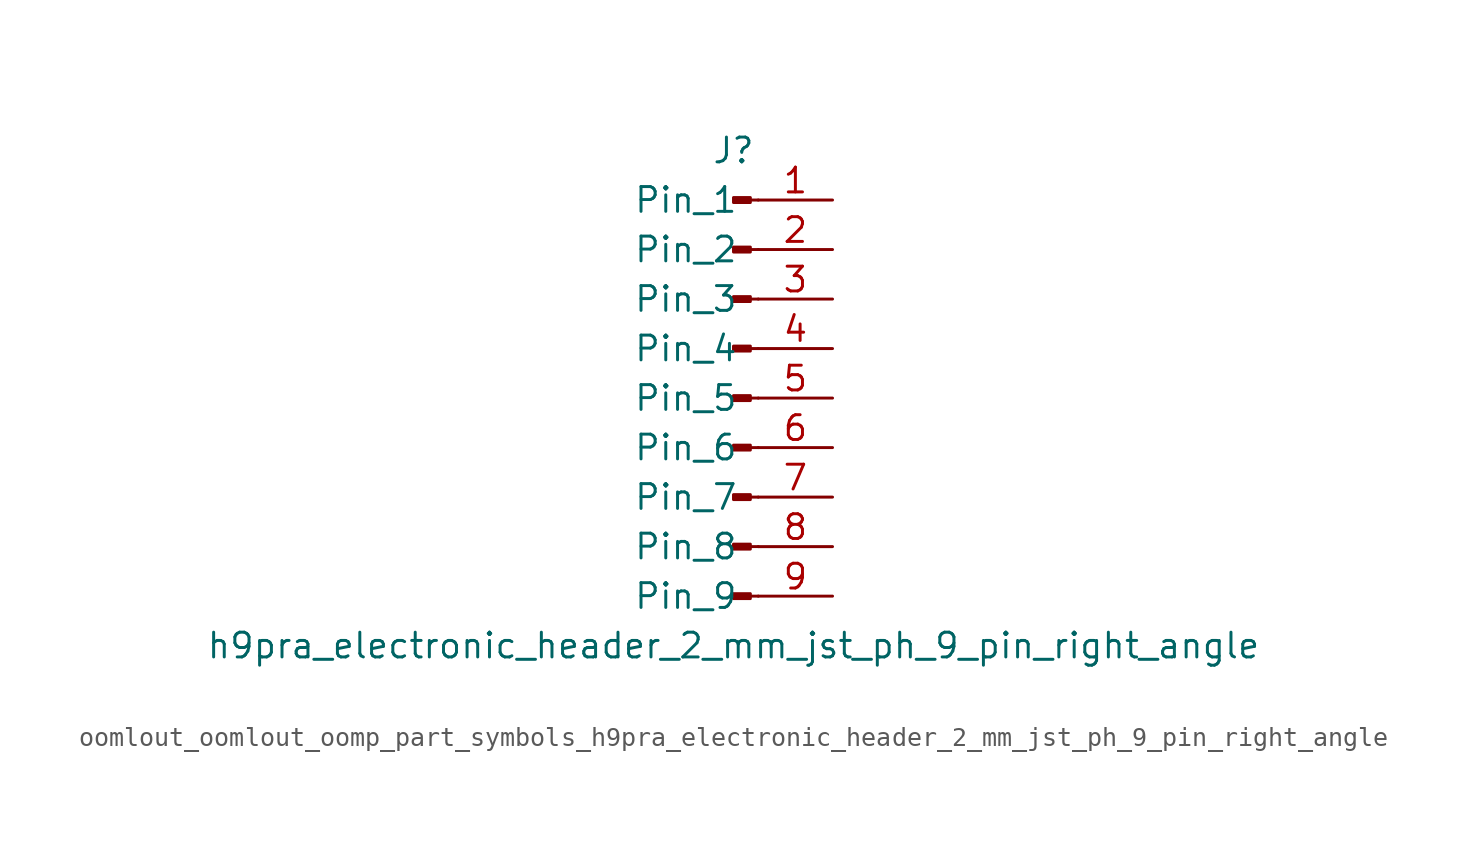
<source format=kicad_sym>
(kicad_symbol_lib
  (version 20220914)
  (generator kicad_symbol_editor)
  (symbol "oomlout_oomlout_oomp_part_symbols_h9pra_electronic_header_2_mm_jst_ph_9_pin_right_angle"
    (pin_names
      (offset 1.016))
    (property "Reference" "J"
      (at 0 12.7 0)
      (effects (font (size 1.27 1.27))))
    (property "Value" "h9pra_electronic_header_2_mm_jst_ph_9_pin_right_angle"
      (at 0 -12.7 0)
      (effects (font (size 1.27 1.27))))
    (property "ki_locked" ""
      (at 0 0 0)
      (effects (font (size 1.27 1.27))))
    (symbol "oomlout_oomlout_oomp_part_symbols_h9pra_electronic_header_2_mm_jst_ph_9_pin_right_angle_1_1"
      (polyline (pts (xy 1.27 -10.16) (xy 0.864 -10.16)) (stroke (width 0.152) (type default)) (fill (type none)))
      (polyline (pts (xy 1.27 -7.62) (xy 0.864 -7.62)) (stroke (width 0.152) (type default)) (fill (type none)))
      (polyline (pts (xy 1.27 -5.08) (xy 0.864 -5.08)) (stroke (width 0.152) (type default)) (fill (type none)))
      (polyline (pts (xy 1.27 -2.54) (xy 0.864 -2.54)) (stroke (width 0.152) (type default)) (fill (type none)))
      (polyline (pts (xy 1.27 0) (xy 0.864 0)) (stroke (width 0.152) (type default)) (fill (type none)))
      (polyline (pts (xy 1.27 2.54) (xy 0.864 2.54)) (stroke (width 0.152) (type default)) (fill (type none)))
      (polyline (pts (xy 1.27 5.08) (xy 0.864 5.08)) (stroke (width 0.152) (type default)) (fill (type none)))
      (polyline (pts (xy 1.27 7.62) (xy 0.864 7.62)) (stroke (width 0.152) (type default)) (fill (type none)))
      (polyline (pts (xy 1.27 10.16) (xy 0.864 10.16)) (stroke (width 0.152) (type default)) (fill (type none)))
      (rectangle (start 0.864 -10.033) (end 0 -10.287) (stroke (width 0.152) (type default)) (fill (type outline)))
      (rectangle (start 0.864 -7.493) (end 0 -7.747) (stroke (width 0.152) (type default)) (fill (type outline)))
      (rectangle (start 0.864 -4.953) (end 0 -5.207) (stroke (width 0.152) (type default)) (fill (type outline)))
      (rectangle (start 0.864 -2.413) (end 0 -2.667) (stroke (width 0.152) (type default)) (fill (type outline)))
      (rectangle (start 0.864 0.127) (end 0 -0.127) (stroke (width 0.152) (type default)) (fill (type outline)))
      (rectangle (start 0.864 2.667) (end 0 2.413) (stroke (width 0.152) (type default)) (fill (type outline)))
      (rectangle (start 0.864 5.207) (end 0 4.953) (stroke (width 0.152) (type default)) (fill (type outline)))
      (rectangle (start 0.864 7.747) (end 0 7.493) (stroke (width 0.152) (type default)) (fill (type outline)))
      (rectangle (start 0.864 10.287) (end 0 10.033) (stroke (width 0.152) (type default)) (fill (type outline)))
      (pin passive line (at 5.08 10.16 180) (length 3.81) (name "Pin_1" (effects (font (size 1.27 1.27)))) (number "1" (effects (font (size 1.27 1.27)))))
      (pin passive line (at 5.08 7.62 180) (length 3.81) (name "Pin_2" (effects (font (size 1.27 1.27)))) (number "2" (effects (font (size 1.27 1.27)))))
      (pin passive line (at 5.08 5.08 180) (length 3.81) (name "Pin_3" (effects (font (size 1.27 1.27)))) (number "3" (effects (font (size 1.27 1.27)))))
      (pin passive line (at 5.08 2.54 180) (length 3.81) (name "Pin_4" (effects (font (size 1.27 1.27)))) (number "4" (effects (font (size 1.27 1.27)))))
      (pin passive line (at 5.08 0 180) (length 3.81) (name "Pin_5" (effects (font (size 1.27 1.27)))) (number "5" (effects (font (size 1.27 1.27)))))
      (pin passive line (at 5.08 -2.54 180) (length 3.81) (name "Pin_6" (effects (font (size 1.27 1.27)))) (number "6" (effects (font (size 1.27 1.27)))))
      (pin passive line (at 5.08 -5.08 180) (length 3.81) (name "Pin_7" (effects (font (size 1.27 1.27)))) (number "7" (effects (font (size 1.27 1.27)))))
      (pin passive line (at 5.08 -7.62 180) (length 3.81) (name "Pin_8" (effects (font (size 1.27 1.27)))) (number "8" (effects (font (size 1.27 1.27)))))
      (pin passive line (at 5.08 -10.16 180) (length 3.81) (name "Pin_9" (effects (font (size 1.27 1.27)))) (number "9" (effects (font (size 1.27 1.27))))))))
</source>
